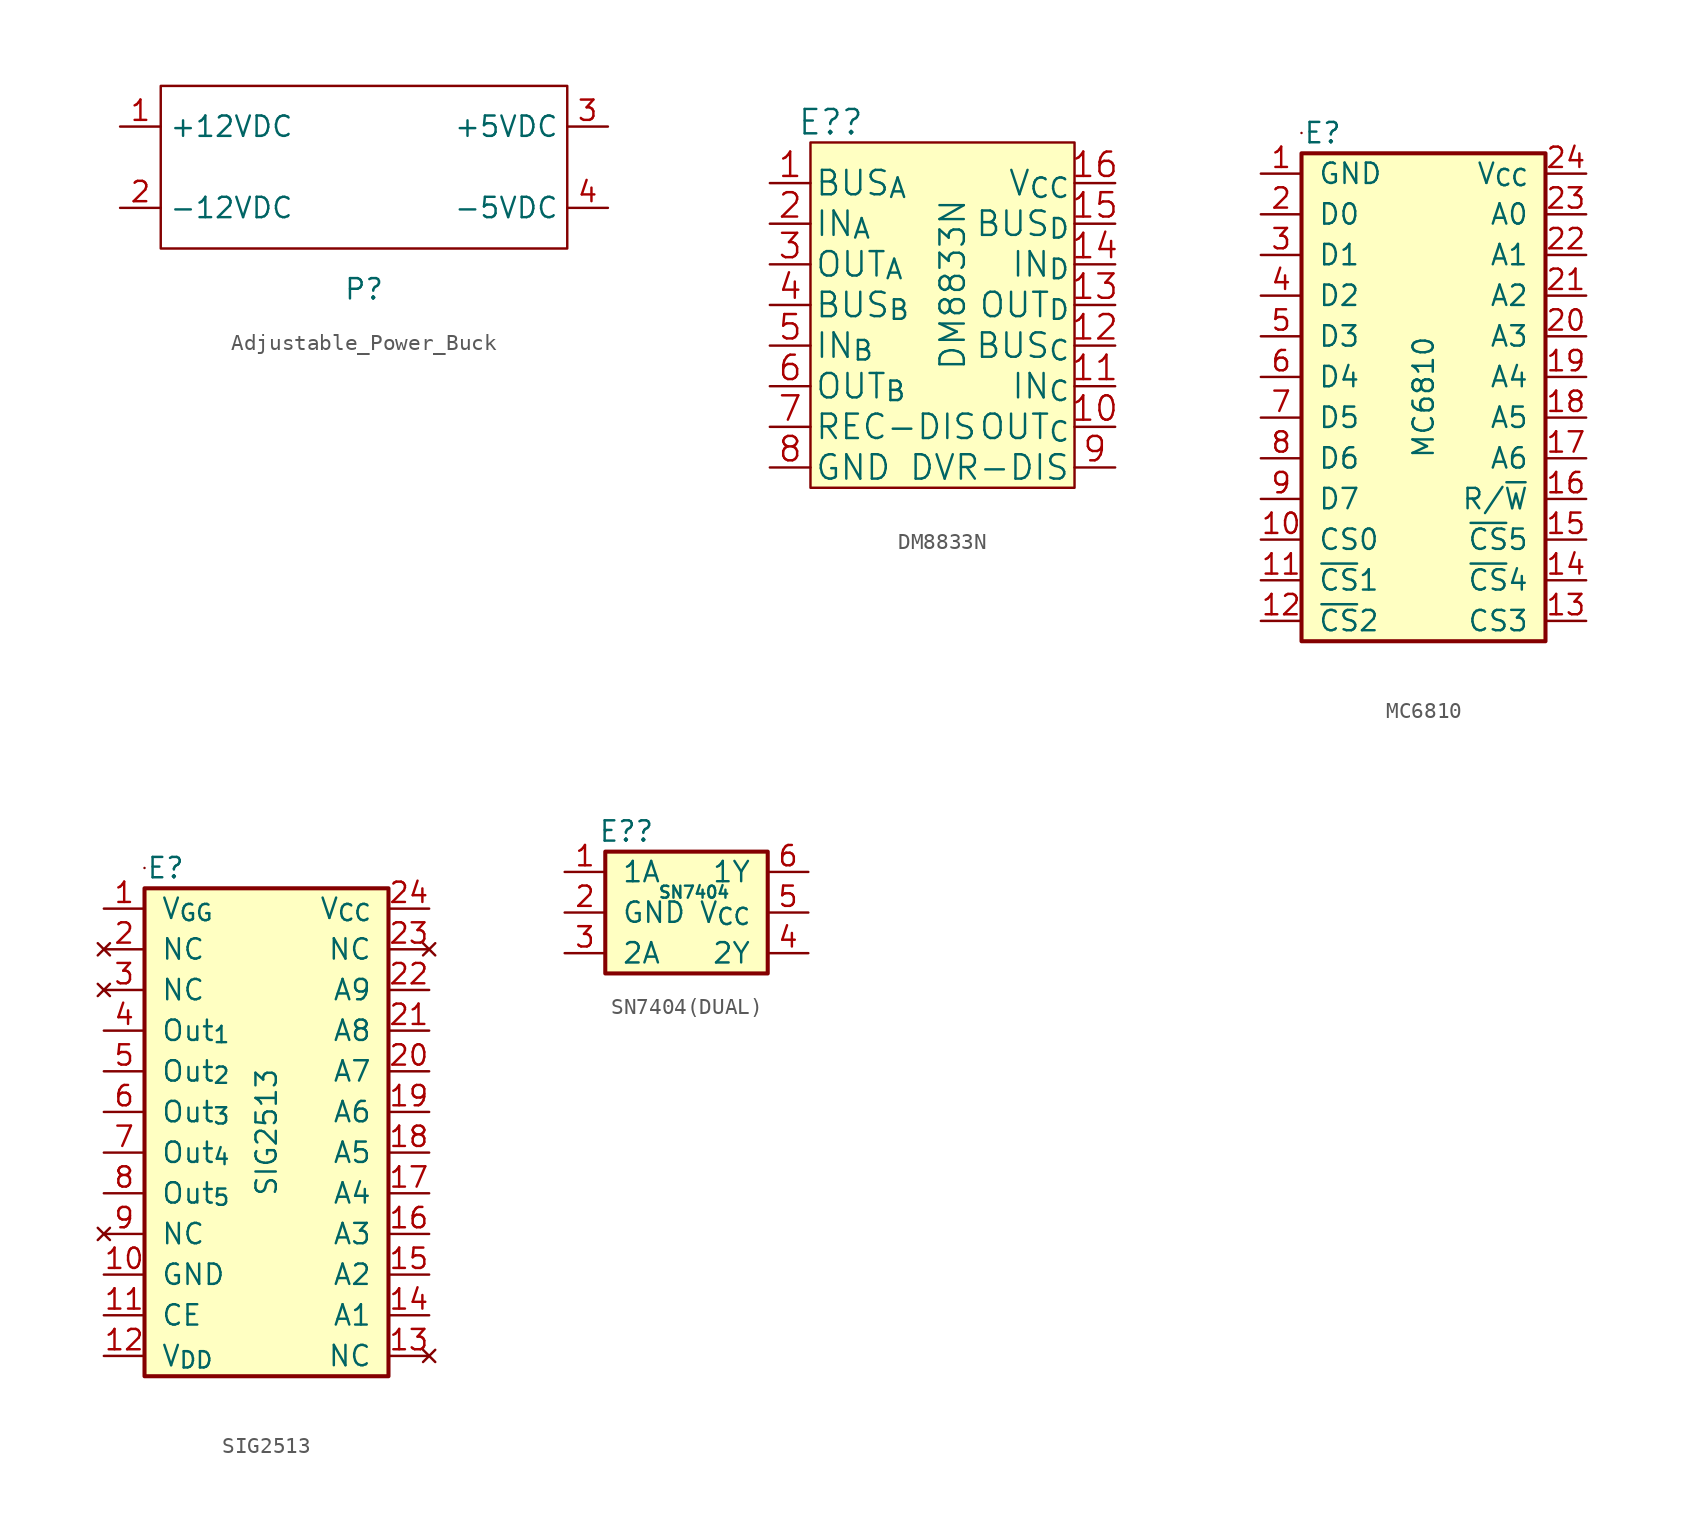
<source format=kicad_sym>
(kicad_symbol_lib
  (version 20220914)
  (generator kicad_symbol_editor)
  (symbol "Adjustable_Power_Buck"
    (property "Reference" "P"
      (at 12.7 -10.16 0)
      (effects (font (size 1.27 1.27))))
    (property "Value" ""
      (at 0 0 0)
      (effects (font (size 1.27 1.27))))
    (symbol "Adjustable_Power_Buck_0_1"
      (rectangle (start 0 2.54) (end 25.4 -7.62) (stroke (width 0) (type default)) (fill (type none))))
    (symbol "Adjustable_Power_Buck_1_0"
      (pin input line (at -2.54 0 0) (length 2.54) (name "+12VDC" (effects (font (size 1.27 1.27)))) (number "1" (effects (font (size 1.27 1.27)))))
      (pin input line (at -2.54 -5.08 0) (length 2.54) (name "-12VDC" (effects (font (size 1.27 1.27)))) (number "2" (effects (font (size 1.27 1.27)))))
      (pin output line (at 27.94 0 180) (length 2.54) (name "+5VDC" (effects (font (size 1.27 1.27)))) (number "3" (effects (font (size 1.27 1.27)))))
      (pin output line (at 27.94 -5.08 180) (length 2.54) (name "-5VDC" (effects (font (size 1.27 1.27)))) (number "4" (effects (font (size 1.27 1.27)))))))
  (symbol "DM8833N"
    (pin_names
      (offset 0.254))
    (property "Reference" "E?"
      (at -17.78 13.97 0)
      (effects (font (size 1.524 1.524))))
    (property "Value" "DM8833N"
      (at -10.16 3.81 90)
      (effects (font (size 1.524 1.524))))
    (symbol "DM8833N_1_1"
      (rectangle (start -19.05 12.7) (end -2.54 -8.89) (stroke (width 0) (type solid)) (fill (type background)))
      (pin output line (at -21.59 10.16 0) (length 2.54) (name "BUS_{A}" (effects (font (size 1.524 1.524)))) (number "1" (effects (font (size 1.524 1.524)))))
      (pin output line (at 0 -5.08 180) (length 2.54) (name "OUT_{C}" (effects (font (size 1.524 1.524)))) (number "10" (effects (font (size 1.524 1.524)))))
      (pin input line (at 0 -2.54 180) (length 2.54) (name "IN_{C}" (effects (font (size 1.524 1.524)))) (number "11" (effects (font (size 1.524 1.524)))))
      (pin output line (at 0 0 180) (length 2.54) (name "BUS_{C}" (effects (font (size 1.524 1.524)))) (number "12" (effects (font (size 1.524 1.524)))))
      (pin output line (at 0 2.54 180) (length 2.54) (name "OUT_{D}" (effects (font (size 1.524 1.524)))) (number "13" (effects (font (size 1.524 1.524)))))
      (pin input line (at 0 5.08 180) (length 2.54) (name "IN_{D}" (effects (font (size 1.524 1.524)))) (number "14" (effects (font (size 1.524 1.524)))))
      (pin output line (at 0 7.62 180) (length 2.54) (name "BUS_{D}" (effects (font (size 1.524 1.524)))) (number "15" (effects (font (size 1.524 1.524)))))
      (pin power_in line (at 0 10.16 180) (length 2.54) (name "V_{CC}" (effects (font (size 1.524 1.524)))) (number "16" (effects (font (size 1.524 1.524)))))
      (pin input line (at -21.59 7.62 0) (length 2.54) (name "IN_{A}" (effects (font (size 1.524 1.524)))) (number "2" (effects (font (size 1.524 1.524)))))
      (pin output line (at -21.59 5.08 0) (length 2.54) (name "OUT_{A}" (effects (font (size 1.524 1.524)))) (number "3" (effects (font (size 1.524 1.524)))))
      (pin output line (at -21.59 2.54 0) (length 2.54) (name "BUS_{B}" (effects (font (size 1.524 1.524)))) (number "4" (effects (font (size 1.524 1.524)))))
      (pin input line (at -21.59 0 0) (length 2.54) (name "IN_{B}" (effects (font (size 1.524 1.524)))) (number "5" (effects (font (size 1.524 1.524)))))
      (pin output line (at -21.59 -2.54 0) (length 2.54) (name "OUT_{B}" (effects (font (size 1.524 1.524)))) (number "6" (effects (font (size 1.524 1.524)))))
      (pin passive line (at -21.59 -5.08 0) (length 2.54) (name "REC-DIS" (effects (font (size 1.524 1.524)))) (number "7" (effects (font (size 1.524 1.524)))))
      (pin passive line (at -21.59 -7.62 0) (length 2.54) (name "GND" (effects (font (size 1.524 1.524)))) (number "8" (effects (font (size 1.524 1.524)))))
      (pin input line (at 0 -7.62 180) (length 2.54) (name "DVR-DIS" (effects (font (size 1.524 1.524)))) (number "9" (effects (font (size 1.524 1.524)))))))
  (symbol "MC6810"
    (pin_names
      (offset 1.016))
    (property "Reference" "E"
      (at -8.839 15.24 0)
      (effects (font (size 1.27 1.27))))
    (property "Value" "MC6810"
      (at -2.54 -1.27 90)
      (effects (font (size 1.27 1.27))))
    (symbol "MC6810_0_1"
      (rectangle (start -10.16 13.97) (end 5.08 -16.51) (stroke (width 0.254) (type default)) (fill (type background)))
      (rectangle (start -10.16 15.24) (end -10.16 15.24) (stroke (width 0) (type default)) (fill (type none))))
    (symbol "MC6810_1_0"
      (pin input line (at 7.62 -15.24 180) (length 2.54) (name "CS3" (effects (font (size 1.27 1.27)))) (number "13" (effects (font (size 1.27 1.27)))))
      (pin input line (at 7.62 -10.16 180) (length 2.54) (name "~{CS}5" (effects (font (size 1.27 1.27)))) (number "15" (effects (font (size 1.27 1.27)))))
      (pin unspecified line (at 7.62 -7.62 180) (length 2.54) (name "R/~{W}" (effects (font (size 1.27 1.27)))) (number "16" (effects (font (size 1.27 1.27))))))
    (symbol "MC6810_1_1"
      (pin unspecified line (at -12.7 12.7 0) (length 2.54) (name "GND" (effects (font (size 1.27 1.27)))) (number "1" (effects (font (size 1.27 1.27)))))
      (pin input line (at -12.7 -10.16 0) (length 2.54) (name "CS0" (effects (font (size 1.27 1.27)))) (number "10" (effects (font (size 1.27 1.27)))))
      (pin input line (at -12.7 -12.7 0) (length 2.54) (name "~{CS}1" (effects (font (size 1.27 1.27)))) (number "11" (effects (font (size 1.27 1.27)))))
      (pin input line (at -12.7 -15.24 0) (length 2.54) (name "~{CS}2" (effects (font (size 1.27 1.27)))) (number "12" (effects (font (size 1.27 1.27)))))
      (pin input line (at 7.62 -12.7 180) (length 2.54) (name "~{CS}4" (effects (font (size 1.27 1.27)))) (number "14" (effects (font (size 1.27 1.27)))))
      (pin input line (at 7.62 -5.08 180) (length 2.54) (name "A6" (effects (font (size 1.27 1.27)))) (number "17" (effects (font (size 1.27 1.27)))))
      (pin input line (at 7.62 -2.54 180) (length 2.54) (name "A5" (effects (font (size 1.27 1.27)))) (number "18" (effects (font (size 1.27 1.27)))))
      (pin input line (at 7.62 0 180) (length 2.54) (name "A4" (effects (font (size 1.27 1.27)))) (number "19" (effects (font (size 1.27 1.27)))))
      (pin bidirectional line (at -12.7 10.16 0) (length 2.54) (name "D0" (effects (font (size 1.27 1.27)))) (number "2" (effects (font (size 1.27 1.27)))))
      (pin input line (at 7.62 2.54 180) (length 2.54) (name "A3" (effects (font (size 1.27 1.27)))) (number "20" (effects (font (size 1.27 1.27)))))
      (pin input line (at 7.62 5.08 180) (length 2.54) (name "A2" (effects (font (size 1.27 1.27)))) (number "21" (effects (font (size 1.27 1.27)))))
      (pin input line (at 7.62 7.62 180) (length 2.54) (name "A1" (effects (font (size 1.27 1.27)))) (number "22" (effects (font (size 1.27 1.27)))))
      (pin input line (at 7.62 10.16 180) (length 2.54) (name "A0" (effects (font (size 1.27 1.27)))) (number "23" (effects (font (size 1.27 1.27)))))
      (pin power_in line (at 7.62 12.7 180) (length 2.54) (name "V_{CC}" (effects (font (size 1.27 1.27)))) (number "24" (effects (font (size 1.27 1.27)))))
      (pin bidirectional line (at -12.7 7.62 0) (length 2.54) (name "D1" (effects (font (size 1.27 1.27)))) (number "3" (effects (font (size 1.27 1.27)))))
      (pin bidirectional line (at -12.7 5.08 0) (length 2.54) (name "D2" (effects (font (size 1.27 1.27)))) (number "4" (effects (font (size 1.27 1.27)))))
      (pin bidirectional line (at -12.7 2.54 0) (length 2.54) (name "D3" (effects (font (size 1.27 1.27)))) (number "5" (effects (font (size 1.27 1.27)))))
      (pin bidirectional line (at -12.7 0 0) (length 2.54) (name "D4" (effects (font (size 1.27 1.27)))) (number "6" (effects (font (size 1.27 1.27)))))
      (pin bidirectional line (at -12.7 -2.54 0) (length 2.54) (name "D5" (effects (font (size 1.27 1.27)))) (number "7" (effects (font (size 1.27 1.27)))))
      (pin bidirectional line (at -12.7 -5.08 0) (length 2.54) (name "D6" (effects (font (size 1.27 1.27)))) (number "8" (effects (font (size 1.27 1.27)))))
      (pin bidirectional line (at -12.7 -7.62 0) (length 2.54) (name "D7" (effects (font (size 1.27 1.27)))) (number "9" (effects (font (size 1.27 1.27)))))))
  (symbol "SIG2513"
    (pin_names
      (offset 1.016))
    (property "Reference" "E"
      (at -8.839 15.24 0)
      (effects (font (size 1.27 1.27))))
    (property "Value" "SIG2513"
      (at -2.54 -1.27 90)
      (effects (font (size 1.27 1.27))))
    (symbol "SIG2513_0_1"
      (rectangle (start -10.16 13.97) (end 5.08 -16.51) (stroke (width 0.254) (type default)) (fill (type background)))
      (rectangle (start -10.16 15.24) (end -10.16 15.24) (stroke (width 0) (type default)) (fill (type none))))
    (symbol "SIG2513_1_0"
      (pin no_connect line (at 7.62 -15.24 180) (length 2.54) (name "NC" (effects (font (size 1.27 1.27)))) (number "13" (effects (font (size 1.27 1.27)))))
      (pin input line (at 7.62 -10.16 180) (length 2.54) (name "A2" (effects (font (size 1.27 1.27)))) (number "15" (effects (font (size 1.27 1.27)))))
      (pin unspecified line (at 7.62 -7.62 180) (length 2.54) (name "A3" (effects (font (size 1.27 1.27)))) (number "16" (effects (font (size 1.27 1.27))))))
    (symbol "SIG2513_1_1"
      (pin power_in line (at -12.7 12.7 0) (length 2.54) (name "V_{GG}" (effects (font (size 1.27 1.27)))) (number "1" (effects (font (size 1.27 1.27)))))
      (pin passive line (at -12.7 -10.16 0) (length 2.54) (name "GND" (effects (font (size 1.27 1.27)))) (number "10" (effects (font (size 1.27 1.27)))))
      (pin input line (at -12.7 -12.7 0) (length 2.54) (name "CE" (effects (font (size 1.27 1.27)))) (number "11" (effects (font (size 1.27 1.27)))))
      (pin power_in line (at -12.7 -15.24 0) (length 2.54) (name "V_{DD}" (effects (font (size 1.27 1.27)))) (number "12" (effects (font (size 1.27 1.27)))))
      (pin input line (at 7.62 -12.7 180) (length 2.54) (name "A1" (effects (font (size 1.27 1.27)))) (number "14" (effects (font (size 1.27 1.27)))))
      (pin input line (at 7.62 -5.08 180) (length 2.54) (name "A4" (effects (font (size 1.27 1.27)))) (number "17" (effects (font (size 1.27 1.27)))))
      (pin input line (at 7.62 -2.54 180) (length 2.54) (name "A5" (effects (font (size 1.27 1.27)))) (number "18" (effects (font (size 1.27 1.27)))))
      (pin input line (at 7.62 0 180) (length 2.54) (name "A6" (effects (font (size 1.27 1.27)))) (number "19" (effects (font (size 1.27 1.27)))))
      (pin no_connect line (at -12.7 10.16 0) (length 2.54) (name "NC" (effects (font (size 1.27 1.27)))) (number "2" (effects (font (size 1.27 1.27)))))
      (pin input line (at 7.62 2.54 180) (length 2.54) (name "A7" (effects (font (size 1.27 1.27)))) (number "20" (effects (font (size 1.27 1.27)))))
      (pin input line (at 7.62 5.08 180) (length 2.54) (name "A8" (effects (font (size 1.27 1.27)))) (number "21" (effects (font (size 1.27 1.27)))))
      (pin input line (at 7.62 7.62 180) (length 2.54) (name "A9" (effects (font (size 1.27 1.27)))) (number "22" (effects (font (size 1.27 1.27)))))
      (pin no_connect line (at 7.62 10.16 180) (length 2.54) (name "NC" (effects (font (size 1.27 1.27)))) (number "23" (effects (font (size 1.27 1.27)))))
      (pin power_in line (at 7.62 12.7 180) (length 2.54) (name "V_{CC}" (effects (font (size 1.27 1.27)))) (number "24" (effects (font (size 1.27 1.27)))))
      (pin no_connect line (at -12.7 7.62 0) (length 2.54) (name "NC" (effects (font (size 1.27 1.27)))) (number "3" (effects (font (size 1.27 1.27)))))
      (pin output line (at -12.7 5.08 0) (length 2.54) (name "Out_{1}" (effects (font (size 1.27 1.27)))) (number "4" (effects (font (size 1.27 1.27)))))
      (pin output line (at -12.7 2.54 0) (length 2.54) (name "Out_{2}" (effects (font (size 1.27 1.27)))) (number "5" (effects (font (size 1.27 1.27)))))
      (pin output line (at -12.7 0 0) (length 2.54) (name "Out_{3}" (effects (font (size 1.27 1.27)))) (number "6" (effects (font (size 1.27 1.27)))))
      (pin output line (at -12.7 -2.54 0) (length 2.54) (name "Out_{4}" (effects (font (size 1.27 1.27)))) (number "7" (effects (font (size 1.27 1.27)))))
      (pin output line (at -12.7 -5.08 0) (length 2.54) (name "Out_{5}" (effects (font (size 1.27 1.27)))) (number "8" (effects (font (size 1.27 1.27)))))
      (pin no_connect line (at -12.7 -7.62 0) (length 2.54) (name "NC" (effects (font (size 1.27 1.27)))) (number "9" (effects (font (size 1.27 1.27)))))))
  (symbol "SN7404(DUAL)"
    (pin_names
      (offset 1.016))
    (property "Reference" "E?"
      (at -5.029 10.16 0)
      (effects (font (size 1.27 1.27))))
    (property "Value" "SN7404"
      (at -0.8 6.35 0)
      (effects (font (size 0.75 0.75))))
    (symbol "SN7404(DUAL)_0_1"
      (rectangle (start -6.35 8.89) (end 3.81 1.27) (stroke (width 0.254) (type default)) (fill (type background)))
      (rectangle (start -6.35 10.16) (end -6.35 10.16) (stroke (width 0) (type default)) (fill (type none))))
    (symbol "SN7404(DUAL)_1_1"
      (pin input line (at -8.89 7.62 0) (length 2.54) (name "1A" (effects (font (size 1.27 1.27)))) (number "1" (effects (font (size 1.27 1.27)))))
      (pin passive line (at -8.89 5.08 0) (length 2.54) (name "GND" (effects (font (size 1.27 1.27)))) (number "2" (effects (font (size 1.27 1.27)))))
      (pin input line (at -8.89 2.54 0) (length 2.54) (name "2A" (effects (font (size 1.27 1.27)))) (number "3" (effects (font (size 1.27 1.27)))))
      (pin output line (at 6.35 2.54 180) (length 2.54) (name "2Y" (effects (font (size 1.27 1.27)))) (number "4" (effects (font (size 1.27 1.27)))))
      (pin power_in line (at 6.35 5.08 180) (length 2.54) (name "V_{CC}" (effects (font (size 1.27 1.27)))) (number "5" (effects (font (size 1.27 1.27)))))
      (pin output line (at 6.35 7.62 180) (length 2.54) (name "1Y" (effects (font (size 1.27 1.27)))) (number "6" (effects (font (size 1.27 1.27))))))))
</source>
